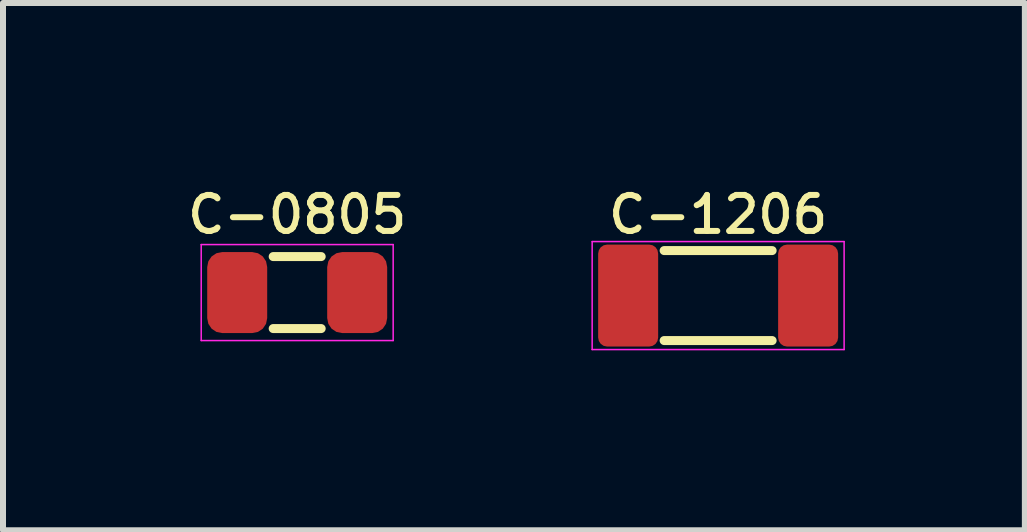
<source format=kicad_pcb>
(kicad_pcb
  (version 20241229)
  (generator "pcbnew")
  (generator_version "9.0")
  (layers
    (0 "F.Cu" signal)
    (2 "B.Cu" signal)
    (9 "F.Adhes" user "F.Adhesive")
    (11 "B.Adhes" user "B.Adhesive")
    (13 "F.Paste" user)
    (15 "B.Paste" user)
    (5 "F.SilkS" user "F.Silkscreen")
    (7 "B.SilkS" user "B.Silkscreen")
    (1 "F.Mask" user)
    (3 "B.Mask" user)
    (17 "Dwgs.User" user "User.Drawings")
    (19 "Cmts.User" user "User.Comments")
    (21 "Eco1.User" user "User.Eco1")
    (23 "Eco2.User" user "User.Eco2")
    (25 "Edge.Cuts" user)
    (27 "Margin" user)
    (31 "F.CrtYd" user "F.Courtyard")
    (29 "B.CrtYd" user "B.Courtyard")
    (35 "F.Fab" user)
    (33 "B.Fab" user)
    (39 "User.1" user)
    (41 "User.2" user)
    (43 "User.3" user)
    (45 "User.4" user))
  (footprint "C-1206"
    (layer "F.Cu")
    (at 8.921 1.877)
    (property "Reference" "C-1206" (at 0 -1.35 0) (layer "F.SilkS") (effects (font (size 0.6 0.6) (thickness 0.1))))
    (attr through_hole)
    (fp_line (start -0.9 -0.75) (end 0.9 -0.75) (stroke (width 0.15) (type solid)) (layer "F.SilkS"))
    (fp_line (start -0.9 0.75) (end 0.9 0.75) (stroke (width 0.15) (type solid)) (layer "F.SilkS"))
    (fp_line (start -2.1 -0.9) (end 2.1 -0.9) (stroke (width 0.025) (type solid)) (layer "F.CrtYd"))
    (fp_line (start -2.1 0.9) (end -2.1 -0.9) (stroke (width 0.025) (type solid)) (layer "F.CrtYd"))
    (fp_line (start 2.1 -0.9) (end 2.1 0.9) (stroke (width 0.025) (type solid)) (layer "F.CrtYd"))
    (fp_line (start 2.1 0.9) (end -2.1 0.9) (stroke (width 0.025) (type solid)) (layer "F.CrtYd"))
    (pad "1" smd roundrect (at -1.5 0) (size 1 1.7) (layers "F.Cu" "F.Mask" "F.Paste") (roundrect_rratio 0.15))
    (pad "2" smd roundrect (at 1.5 0) (size 1 1.7) (layers "F.Cu" "F.Mask" "F.Paste") (roundrect_rratio 0.15)))
  (footprint "C-0805"
    (layer "F.Cu")
    (at 1.904 1.827)
    (property "Reference" "C-0805" (at 0 -1.3 0) (layer "F.SilkS") (effects (font (size 0.6 0.6) (thickness 0.1))))
    (attr through_hole)
    (fp_line (start -0.4 -0.6) (end 0.4 -0.6) (stroke (width 0.15) (type solid)) (layer "F.SilkS"))
    (fp_line (start -0.4 0.6) (end 0.4 0.6) (stroke (width 0.15) (type solid)) (layer "F.SilkS"))
    (fp_line (start -1.6 -0.8) (end 1.6 -0.8) (stroke (width 0.025) (type solid)) (layer "F.CrtYd"))
    (fp_line (start -1.6 0.8) (end -1.6 -0.8) (stroke (width 0.025) (type solid)) (layer "F.CrtYd"))
    (fp_line (start 1.6 -0.8) (end 1.6 0.8) (stroke (width 0.025) (type solid)) (layer "F.CrtYd"))
    (fp_line (start 1.6 0.8) (end -1.6 0.8) (stroke (width 0.025) (type solid)) (layer "F.CrtYd"))
    (pad "1" smd roundrect (at -1 0) (size 1 1.35) (layers "F.Cu" "F.Mask" "F.Paste") (roundrect_rratio 0.25))
    (pad "2" smd roundrect (at 1 0) (size 1 1.35) (layers "F.Cu" "F.Mask" "F.Paste") (roundrect_rratio 0.25)))
  (gr_rect
    (start -3 -3)
    (end 14.034 5.789)
    (stroke (width 0.1) (type default))
    (fill no)
    (layer "Edge.Cuts")))
</source>
